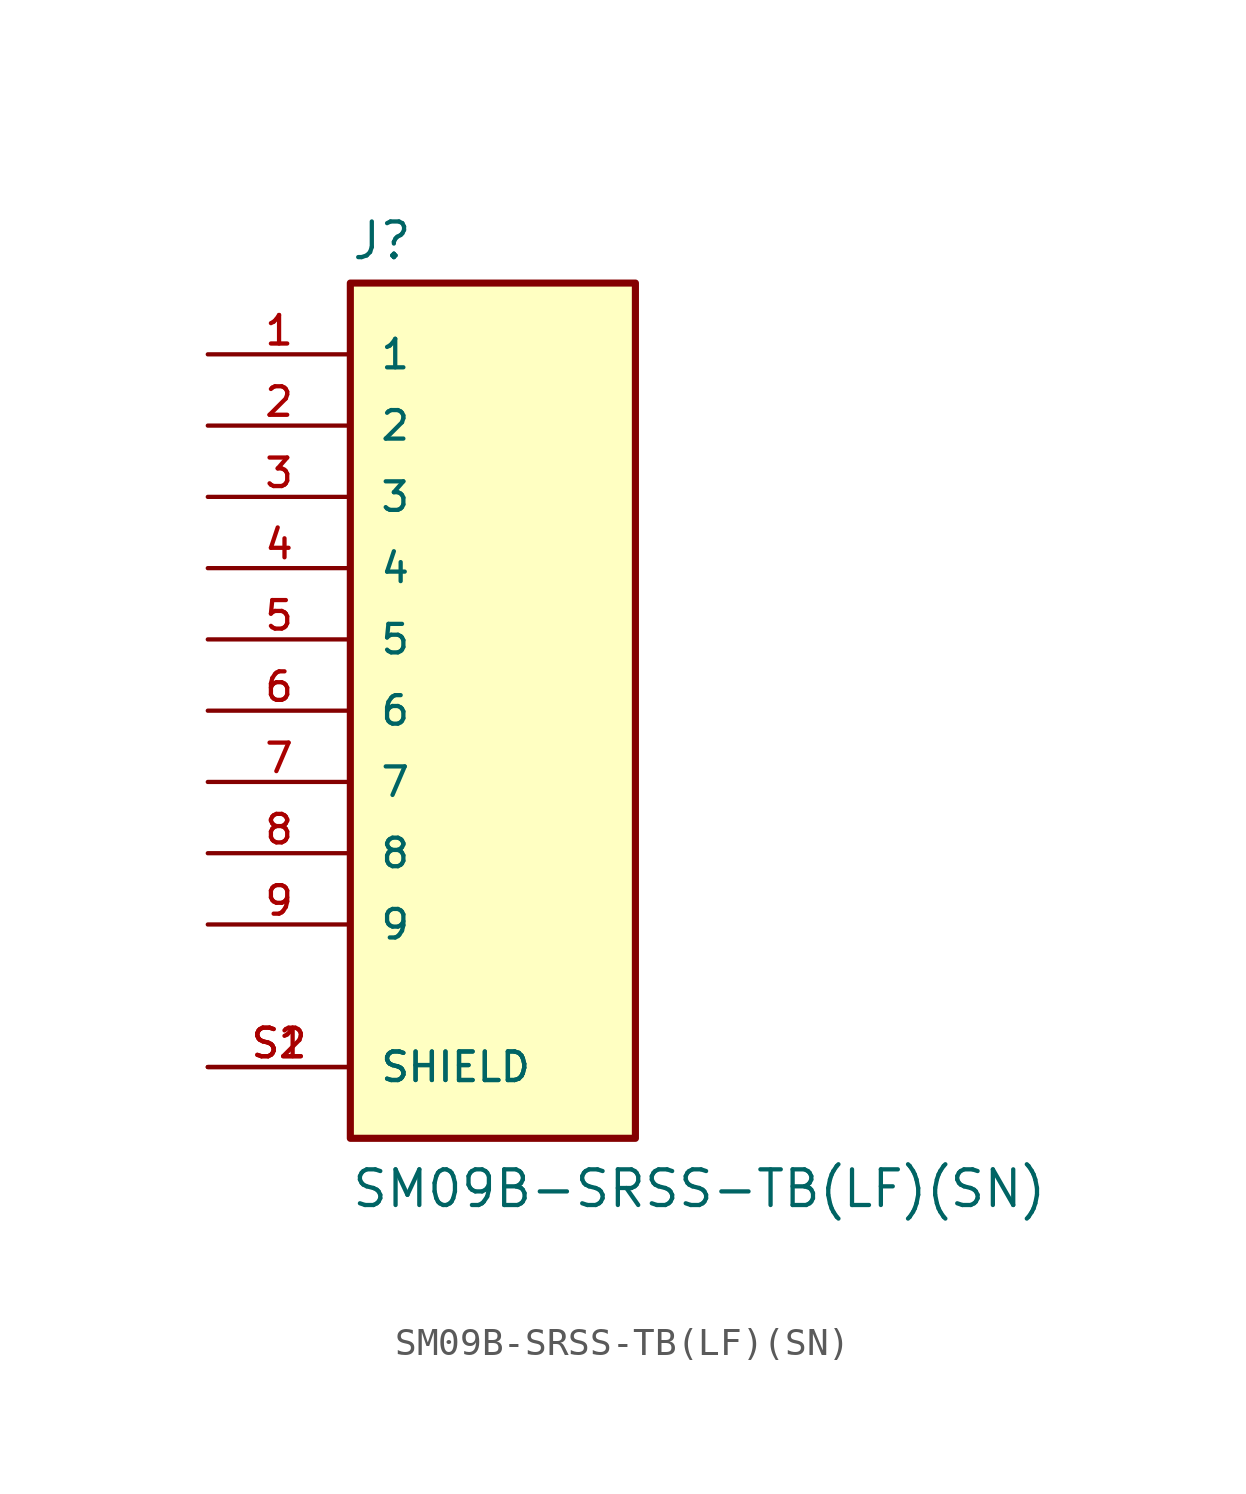
<source format=kicad_sym>
(kicad_symbol_lib
  (version 20211014)
  (generator kicad_symbol_editor)
  (symbol "SM09B-SRSS-TB(LF)(SN)"
    (pin_names
      (offset 1.016))
    (property "Reference" "J"
      (at -5.08 16.002 0)
      (effects (font (size 1.27 1.27)) (justify bottom left)))
    (property "Value" "SM09B-SRSS-TB(LF)(SN)"
      (at -5.08 -17.78 0)
      (effects (font (size 1.27 1.27)) (justify bottom left)))
    (symbol "SM09B-SRSS-TB(LF)(SN)_0_0"
      (rectangle (start -5.08 -15.24) (end 5.08 15.24) (stroke (width 0.254)) (fill (type background)))
      (pin passive line (at -10.16 12.7 0) (length 5.08) (name "1" (effects (font (size 1.016 1.016)))) (number "1" (effects (font (size 1.016 1.016)))))
      (pin passive line (at -10.16 -12.7 0) (length 5.08) (name "SHIELD" (effects (font (size 1.016 1.016)))) (number "S1" (effects (font (size 1.016 1.016)))))
      (pin passive line (at -10.16 -12.7 0) (length 5.08) (name "SHIELD" (effects (font (size 1.016 1.016)))) (number "S2" (effects (font (size 1.016 1.016)))))
      (pin passive line (at -10.16 10.16 0) (length 5.08) (name "2" (effects (font (size 1.016 1.016)))) (number "2" (effects (font (size 1.016 1.016)))))
      (pin passive line (at -10.16 7.62 0) (length 5.08) (name "3" (effects (font (size 1.016 1.016)))) (number "3" (effects (font (size 1.016 1.016)))))
      (pin passive line (at -10.16 5.08 0) (length 5.08) (name "4" (effects (font (size 1.016 1.016)))) (number "4" (effects (font (size 1.016 1.016)))))
      (pin passive line (at -10.16 2.54 0) (length 5.08) (name "5" (effects (font (size 1.016 1.016)))) (number "5" (effects (font (size 1.016 1.016)))))
      (pin passive line (at -10.16 0.0 0) (length 5.08) (name "6" (effects (font (size 1.016 1.016)))) (number "6" (effects (font (size 1.016 1.016)))))
      (pin passive line (at -10.16 -2.54 0) (length 5.08) (name "7" (effects (font (size 1.016 1.016)))) (number "7" (effects (font (size 1.016 1.016)))))
      (pin passive line (at -10.16 -5.08 0) (length 5.08) (name "8" (effects (font (size 1.016 1.016)))) (number "8" (effects (font (size 1.016 1.016)))))
      (pin passive line (at -10.16 -7.62 0) (length 5.08) (name "9" (effects (font (size 1.016 1.016)))) (number "9" (effects (font (size 1.016 1.016))))))))
</source>
